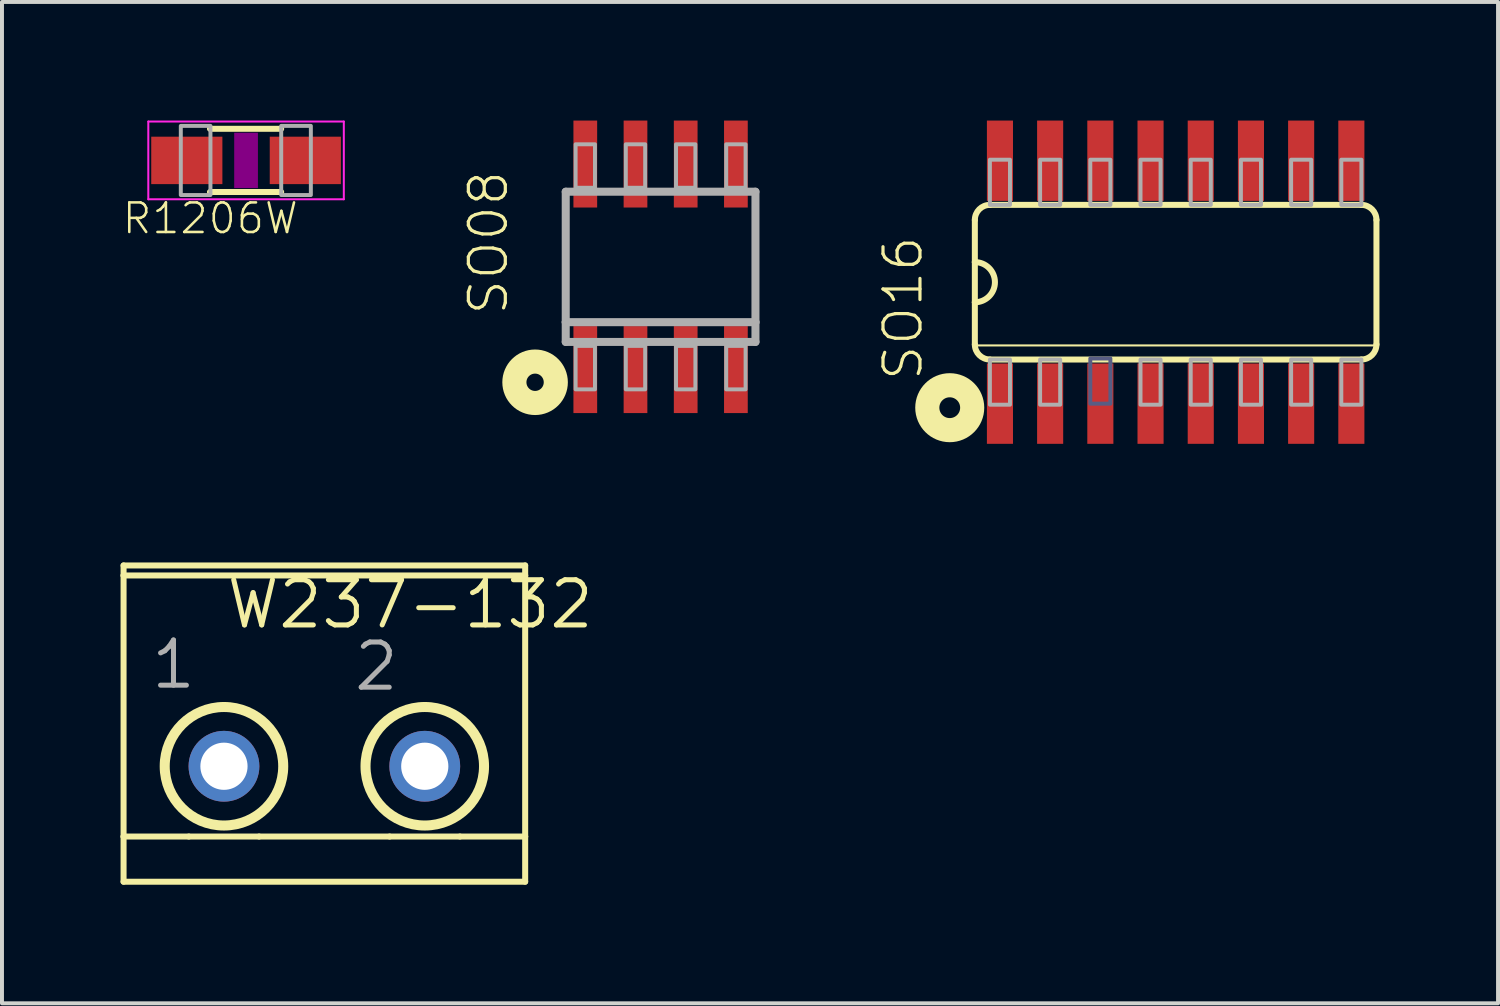
<source format=kicad_pcb>
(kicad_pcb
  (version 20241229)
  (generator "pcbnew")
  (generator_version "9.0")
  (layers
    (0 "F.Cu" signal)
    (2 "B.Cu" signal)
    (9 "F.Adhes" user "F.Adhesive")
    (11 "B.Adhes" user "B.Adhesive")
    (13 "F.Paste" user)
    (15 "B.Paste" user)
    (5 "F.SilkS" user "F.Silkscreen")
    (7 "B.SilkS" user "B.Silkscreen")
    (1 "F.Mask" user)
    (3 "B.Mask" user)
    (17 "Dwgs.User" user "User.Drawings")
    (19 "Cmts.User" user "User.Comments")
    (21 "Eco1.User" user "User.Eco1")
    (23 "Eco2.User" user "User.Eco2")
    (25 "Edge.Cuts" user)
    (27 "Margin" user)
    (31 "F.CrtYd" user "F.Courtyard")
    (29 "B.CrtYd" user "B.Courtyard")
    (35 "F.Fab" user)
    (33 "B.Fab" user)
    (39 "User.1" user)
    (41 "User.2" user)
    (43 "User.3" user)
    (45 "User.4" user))
  (footprint "W237-132"
    (layer "F.Cu")
    (at 5.156 15.7)
    (property "Reference" "W237-132" (at -2.54 -2.794 0) (layer "F.SilkS") (effects (font (size 1.143 1.143) (thickness 0.127)) (justify left bottom)))
    (fp_line (start -5.08 -4.445) (end 5.08 -4.445) (stroke (width 0.152) (type solid)) (layer "F.SilkS"))
    (fp_line (start -5.08 -4.191) (end -5.08 -4.445) (stroke (width 0.152) (type solid)) (layer "F.SilkS"))
    (fp_line (start -5.08 -4.191) (end -5.08 2.413) (stroke (width 0.152) (type solid)) (layer "F.SilkS"))
    (fp_line (start -5.08 -4.191) (end 5.08 -4.191) (stroke (width 0.152) (type solid)) (layer "F.SilkS"))
    (fp_line (start -5.08 2.413) (end -5.08 3.556) (stroke (width 0.152) (type solid)) (layer "F.SilkS"))
    (fp_line (start -5.08 2.413) (end -3.429 2.413) (stroke (width 0.152) (type solid)) (layer "F.SilkS"))
    (fp_line (start -3.429 2.413) (end -1.651 2.413) (stroke (width 0.152) (type solid)) (layer "F.SilkS"))
    (fp_line (start -1.651 2.413) (end 1.651 2.413) (stroke (width 0.152) (type solid)) (layer "F.SilkS"))
    (fp_line (start 1.651 2.413) (end 3.429 2.413) (stroke (width 0.152) (type solid)) (layer "F.SilkS"))
    (fp_line (start 3.429 2.413) (end 5.08 2.413) (stroke (width 0.152) (type solid)) (layer "F.SilkS"))
    (fp_line (start 5.08 -4.191) (end 5.08 -4.445) (stroke (width 0.152) (type solid)) (layer "F.SilkS"))
    (fp_line (start 5.08 2.413) (end 5.08 -4.191) (stroke (width 0.152) (type solid)) (layer "F.SilkS"))
    (fp_line (start 5.08 3.556) (end -5.08 3.556) (stroke (width 0.152) (type solid)) (layer "F.SilkS"))
    (fp_line (start 5.08 3.556) (end 5.08 2.413) (stroke (width 0.152) (type solid)) (layer "F.SilkS"))
    (fp_circle (center -2.54 0.635) (end -1.041 0.635) (stroke (width 0.254) (type solid)) (fill no) (layer "F.SilkS"))
    (fp_circle (center 2.54 0.635) (end 4.039 0.635) (stroke (width 0.254) (type solid)) (fill no) (layer "F.SilkS"))
    (fp_text user "1" (at -4.445 -1.27 0) (layer "F.Fab") (effects (font (size 1.143 1.143) (thickness 0.127)) (justify left bottom)))
    (fp_text user "2" (at 0.686 -1.219 0) (layer "F.Fab") (effects (font (size 1.143 1.143) (thickness 0.127)) (justify left bottom)))
    (pad "1" thru_hole circle (at -2.54 0.635 90) (size 1.791 1.791) (drill 1.194) (layers "*.Cu" "*.Mask"))
    (pad "2" thru_hole circle (at 2.54 0.635 90) (size 1.791 1.791) (drill 1.194) (layers "*.Cu" "*.Mask")))
  (footprint "R1206W"
    (layer "F.Cu")
    (at 3.175 1.008)
    (property "Reference" "R1206W" (at -3.175 1.905 0) (layer "F.SilkS") (effects (font (size 0.748 0.748) (thickness 0.065)) (justify left bottom)))
    (fp_line (start -0.913 -0.8) (end 0.888 -0.8) (stroke (width 0.152) (type solid)) (layer "F.SilkS"))
    (fp_line (start -0.913 0.8) (end 0.888 0.8) (stroke (width 0.152) (type solid)) (layer "F.SilkS"))
    (fp_poly (pts (xy -0.3 0.7) (xy 0.3 0.7) (xy 0.3 -0.7) (xy -0.3 -0.7)) (stroke (width 0) (type solid)) (fill yes) (layer "F.Adhes"))
    (fp_line (start -2.473 -0.983) (end 2.473 -0.983) (stroke (width 0.051) (type solid)) (layer "F.CrtYd"))
    (fp_line (start -2.473 0.983) (end -2.473 -0.983) (stroke (width 0.051) (type solid)) (layer "F.CrtYd"))
    (fp_line (start 2.473 -0.983) (end 2.473 0.983) (stroke (width 0.051) (type solid)) (layer "F.CrtYd"))
    (fp_line (start 2.473 0.983) (end -2.473 0.983) (stroke (width 0.051) (type solid)) (layer "F.CrtYd"))
    (fp_poly (pts (xy -1.651 0.876) (xy -0.901 0.876) (xy -0.901 -0.874) (xy -1.651 -0.874)) (stroke (width 0.1) (type solid)) (fill no) (layer "F.Fab"))
    (fp_poly (pts (xy 0.889 0.876) (xy 1.639 0.876) (xy 1.639 -0.874) (xy 0.889 -0.874)) (stroke (width 0.1) (type solid)) (fill no) (layer "F.Fab"))
    (pad "1" smd rect (at -1.499 0) (size 1.8 1.2) (layers "F.Cu" "F.Mask" "F.Paste"))
    (pad "2" smd rect (at 1.499 0) (size 1.8 1.2) (layers "F.Cu" "F.Mask" "F.Paste")))
  (footprint "SO16"
    (layer "F.Cu")
    (at 26.692 4.089)
    (property "Reference" "SO16" (at -6.35 2.54 90) (layer "F.SilkS") (effects (font (size 0.935 0.935) (thickness 0.081)) (justify left bottom)))
    (fp_line (start -5.08 -1.575) (end -5.08 -0.508) (stroke (width 0.152) (type solid)) (layer "F.SilkS"))
    (fp_line (start -5.08 -0.508) (end -5.08 0.508) (stroke (width 0.152) (type solid)) (layer "F.SilkS"))
    (fp_line (start -5.08 0.508) (end -5.08 1.575) (stroke (width 0.152) (type solid)) (layer "F.SilkS"))
    (fp_line (start -5.08 1.6) (end 5.08 1.6) (stroke (width 0.051) (type solid)) (layer "F.SilkS"))
    (fp_line (start -4.699 1.956) (end 4.699 1.956) (stroke (width 0.152) (type solid)) (layer "F.SilkS"))
    (fp_line (start 4.699 -1.956) (end -4.699 -1.956) (stroke (width 0.152) (type solid)) (layer "F.SilkS"))
    (fp_line (start 5.08 1.575) (end 5.08 -1.575) (stroke (width 0.152) (type solid)) (layer "F.SilkS"))
    (fp_arc (start -5.08 -1.5748) (mid -4.968408 -1.844208) (end -4.699 -1.9558) (stroke (width 0.1524) (type solid)) (layer "F.SilkS"))
    (fp_arc (start -5.08 -0.508) (mid -4.572 0) (end -5.08 0.508) (stroke (width 0.1524) (type solid)) (layer "F.SilkS"))
    (fp_arc (start -4.699 1.9558) (mid -4.968408 1.844208) (end -5.08 1.5748) (stroke (width 0.1524) (type solid)) (layer "F.SilkS"))
    (fp_arc (start 4.699 -1.9558) (mid 4.968408 -1.844208) (end 5.08 -1.5748) (stroke (width 0.1524) (type solid)) (layer "F.SilkS"))
    (fp_arc (start 5.08 1.5748) (mid 4.968408 1.844208) (end 4.699 1.9558) (stroke (width 0.1524) (type solid)) (layer "F.SilkS"))
    (fp_circle (center -5.715 3.175) (end -5.147 3.175) (stroke (width 0.61) (type solid)) (fill no) (layer "F.SilkS"))
    (fp_poly (pts (xy -1.651 1.93) (xy -2.159 1.93) (xy -2.159 3.073) (xy -1.651 3.073)) (stroke (width 0.1) (type solid)) (fill no) (layer "B.Fab"))
    (fp_poly (pts (xy -4.699 -1.956) (xy -4.191 -1.956) (xy -4.191 -3.099) (xy -4.699 -3.099)) (stroke (width 0.1) (type solid)) (fill no) (layer "F.Fab"))
    (fp_poly (pts (xy -4.699 3.099) (xy -4.191 3.099) (xy -4.191 1.956) (xy -4.699 1.956)) (stroke (width 0.1) (type solid)) (fill no) (layer "F.Fab"))
    (fp_poly (pts (xy -3.429 -1.956) (xy -2.921 -1.956) (xy -2.921 -3.099) (xy -3.429 -3.099)) (stroke (width 0.1) (type solid)) (fill no) (layer "F.Fab"))
    (fp_poly (pts (xy -3.429 3.099) (xy -2.921 3.099) (xy -2.921 1.956) (xy -3.429 1.956)) (stroke (width 0.1) (type solid)) (fill no) (layer "F.Fab"))
    (fp_poly (pts (xy -2.159 -1.956) (xy -1.651 -1.956) (xy -1.651 -3.099) (xy -2.159 -3.099)) (stroke (width 0.1) (type solid)) (fill no) (layer "F.Fab"))
    (fp_poly (pts (xy -0.889 -1.956) (xy -0.381 -1.956) (xy -0.381 -3.099) (xy -0.889 -3.099)) (stroke (width 0.1) (type solid)) (fill no) (layer "F.Fab"))
    (fp_poly (pts (xy -0.889 3.099) (xy -0.381 3.099) (xy -0.381 1.956) (xy -0.889 1.956)) (stroke (width 0.1) (type solid)) (fill no) (layer "F.Fab"))
    (fp_poly (pts (xy 0.381 -1.956) (xy 0.889 -1.956) (xy 0.889 -3.099) (xy 0.381 -3.099)) (stroke (width 0.1) (type solid)) (fill no) (layer "F.Fab"))
    (fp_poly (pts (xy 0.381 3.099) (xy 0.889 3.099) (xy 0.889 1.956) (xy 0.381 1.956)) (stroke (width 0.1) (type solid)) (fill no) (layer "F.Fab"))
    (fp_poly (pts (xy 1.651 -1.956) (xy 2.159 -1.956) (xy 2.159 -3.099) (xy 1.651 -3.099)) (stroke (width 0.1) (type solid)) (fill no) (layer "F.Fab"))
    (fp_poly (pts (xy 1.651 3.099) (xy 2.159 3.099) (xy 2.159 1.956) (xy 1.651 1.956)) (stroke (width 0.1) (type solid)) (fill no) (layer "F.Fab"))
    (fp_poly (pts (xy 2.921 -1.956) (xy 3.429 -1.956) (xy 3.429 -3.099) (xy 2.921 -3.099)) (stroke (width 0.1) (type solid)) (fill no) (layer "F.Fab"))
    (fp_poly (pts (xy 2.921 3.099) (xy 3.429 3.099) (xy 3.429 1.956) (xy 2.921 1.956)) (stroke (width 0.1) (type solid)) (fill no) (layer "F.Fab"))
    (fp_poly (pts (xy 4.191 -1.956) (xy 4.699 -1.956) (xy 4.699 -3.099) (xy 4.191 -3.099)) (stroke (width 0.1) (type solid)) (fill no) (layer "F.Fab"))
    (fp_poly (pts (xy 4.191 3.099) (xy 4.699 3.099) (xy 4.699 1.956) (xy 4.191 1.956)) (stroke (width 0.1) (type solid)) (fill no) (layer "F.Fab"))
    (pad "1" smd rect (at -4.445 3.073) (size 0.66 2.032) (layers "F.Cu" "F.Mask" "F.Paste"))
    (pad "2" smd rect (at -3.175 3.073) (size 0.66 2.032) (layers "F.Cu" "F.Mask" "F.Paste"))
    (pad "3" smd rect (at -1.905 3.073) (size 0.66 2.032) (layers "F.Cu" "F.Mask" "F.Paste"))
    (pad "4" smd rect (at -0.635 3.073) (size 0.66 2.032) (layers "F.Cu" "F.Mask" "F.Paste"))
    (pad "5" smd rect (at 0.635 3.073) (size 0.66 2.032) (layers "F.Cu" "F.Mask" "F.Paste"))
    (pad "6" smd rect (at 1.905 3.073) (size 0.66 2.032) (layers "F.Cu" "F.Mask" "F.Paste"))
    (pad "7" smd rect (at 3.175 3.073) (size 0.66 2.032) (layers "F.Cu" "F.Mask" "F.Paste"))
    (pad "8" smd rect (at 4.445 3.073) (size 0.66 2.032) (layers "F.Cu" "F.Mask" "F.Paste"))
    (pad "9" smd rect (at 4.445 -3.073) (size 0.66 2.032) (layers "F.Cu" "F.Mask" "F.Paste"))
    (pad "10" smd rect (at 3.175 -3.073) (size 0.66 2.032) (layers "F.Cu" "F.Mask" "F.Paste"))
    (pad "11" smd rect (at 1.905 -3.073) (size 0.66 2.032) (layers "F.Cu" "F.Mask" "F.Paste"))
    (pad "12" smd rect (at 0.635 -3.073) (size 0.66 2.032) (layers "F.Cu" "F.Mask" "F.Paste"))
    (pad "13" smd rect (at -0.635 -3.073) (size 0.66 2.032) (layers "F.Cu" "F.Mask" "F.Paste"))
    (pad "14" smd rect (at -1.905 -3.073) (size 0.66 2.032) (layers "F.Cu" "F.Mask" "F.Paste"))
    (pad "15" smd rect (at -3.175 -3.073) (size 0.66 2.032) (layers "F.Cu" "F.Mask" "F.Paste"))
    (pad "16" smd rect (at -4.445 -3.073) (size 0.66 2.032) (layers "F.Cu" "F.Mask" "F.Paste")))
  (footprint "SO08"
    (layer "F.Cu")
    (at 13.662 3.7)
    (property "Reference" "SO08" (at -3.81 1.27 90) (layer "F.SilkS") (effects (font (size 0.935 0.935) (thickness 0.081)) (justify left bottom)))
    (fp_circle (center -3.175 2.921) (end -2.651 2.921) (stroke (width 0.61) (type solid)) (fill no) (layer "F.SilkS"))
    (fp_line (start -2.4 -1.9) (end 2.4 -1.9) (stroke (width 0.203) (type solid)) (layer "F.Fab"))
    (fp_line (start -2.4 1.4) (end -2.4 -1.9) (stroke (width 0.203) (type solid)) (layer "F.Fab"))
    (fp_line (start -2.4 1.9) (end -2.4 1.4) (stroke (width 0.203) (type solid)) (layer "F.Fab"))
    (fp_line (start 2.4 -1.9) (end 2.4 1.4) (stroke (width 0.203) (type solid)) (layer "F.Fab"))
    (fp_line (start 2.4 1.4) (end -2.4 1.4) (stroke (width 0.203) (type solid)) (layer "F.Fab"))
    (fp_line (start 2.4 1.4) (end 2.4 1.9) (stroke (width 0.203) (type solid)) (layer "F.Fab"))
    (fp_line (start 2.4 1.9) (end -2.4 1.9) (stroke (width 0.203) (type solid)) (layer "F.Fab"))
    (fp_poly (pts (xy -2.15 -2) (xy -1.66 -2) (xy -1.66 -3.1) (xy -2.15 -3.1)) (stroke (width 0.1) (type solid)) (fill no) (layer "F.Fab"))
    (fp_poly (pts (xy -2.15 3.1) (xy -1.66 3.1) (xy -1.66 2) (xy -2.15 2)) (stroke (width 0.1) (type solid)) (fill no) (layer "F.Fab"))
    (fp_poly (pts (xy -0.88 -2) (xy -0.39 -2) (xy -0.39 -3.1) (xy -0.88 -3.1)) (stroke (width 0.1) (type solid)) (fill no) (layer "F.Fab"))
    (fp_poly (pts (xy -0.88 3.1) (xy -0.39 3.1) (xy -0.39 2) (xy -0.88 2)) (stroke (width 0.1) (type solid)) (fill no) (layer "F.Fab"))
    (fp_poly (pts (xy 0.39 -2) (xy 0.88 -2) (xy 0.88 -3.1) (xy 0.39 -3.1)) (stroke (width 0.1) (type solid)) (fill no) (layer "F.Fab"))
    (fp_poly (pts (xy 0.39 3.1) (xy 0.88 3.1) (xy 0.88 2) (xy 0.39 2)) (stroke (width 0.1) (type solid)) (fill no) (layer "F.Fab"))
    (fp_poly (pts (xy 1.66 -2) (xy 2.15 -2) (xy 2.15 -3.1) (xy 1.66 -3.1)) (stroke (width 0.1) (type solid)) (fill no) (layer "F.Fab"))
    (fp_poly (pts (xy 1.66 3.1) (xy 2.15 3.1) (xy 2.15 2) (xy 1.66 2)) (stroke (width 0.1) (type solid)) (fill no) (layer "F.Fab"))
    (pad "1" smd rect (at -1.905 2.6) (size 0.6 2.2) (layers "F.Cu" "F.Mask" "F.Paste"))
    (pad "2" smd rect (at -0.635 2.6) (size 0.6 2.2) (layers "F.Cu" "F.Mask" "F.Paste"))
    (pad "3" smd rect (at 0.635 2.6) (size 0.6 2.2) (layers "F.Cu" "F.Mask" "F.Paste"))
    (pad "4" smd rect (at 1.905 2.6) (size 0.6 2.2) (layers "F.Cu" "F.Mask" "F.Paste"))
    (pad "5" smd rect (at 1.905 -2.6) (size 0.6 2.2) (layers "F.Cu" "F.Mask" "F.Paste"))
    (pad "6" smd rect (at 0.635 -2.6) (size 0.6 2.2) (layers "F.Cu" "F.Mask" "F.Paste"))
    (pad "7" smd rect (at -0.635 -2.6) (size 0.6 2.2) (layers "F.Cu" "F.Mask" "F.Paste"))
    (pad "8" smd rect (at -1.905 -2.6) (size 0.6 2.2) (layers "F.Cu" "F.Mask" "F.Paste")))
  (gr_rect
    (start -3 -3)
    (end 34.848 22.332)
    (stroke (width 0.1) (type default))
    (fill no)
    (layer "Edge.Cuts")))
</source>
